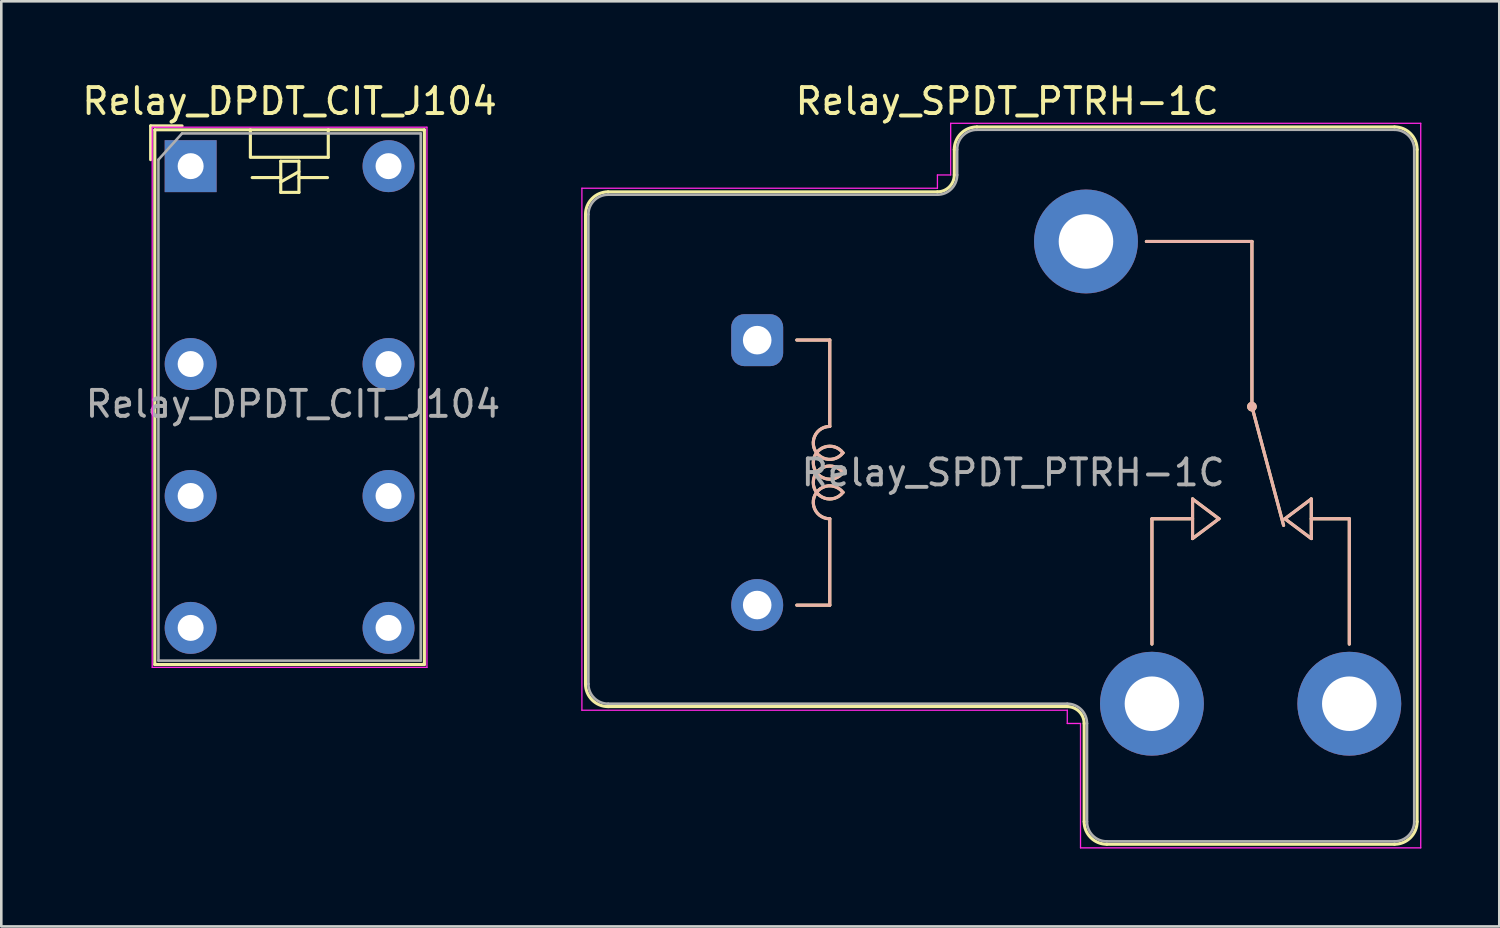
<source format=kicad_pcb>
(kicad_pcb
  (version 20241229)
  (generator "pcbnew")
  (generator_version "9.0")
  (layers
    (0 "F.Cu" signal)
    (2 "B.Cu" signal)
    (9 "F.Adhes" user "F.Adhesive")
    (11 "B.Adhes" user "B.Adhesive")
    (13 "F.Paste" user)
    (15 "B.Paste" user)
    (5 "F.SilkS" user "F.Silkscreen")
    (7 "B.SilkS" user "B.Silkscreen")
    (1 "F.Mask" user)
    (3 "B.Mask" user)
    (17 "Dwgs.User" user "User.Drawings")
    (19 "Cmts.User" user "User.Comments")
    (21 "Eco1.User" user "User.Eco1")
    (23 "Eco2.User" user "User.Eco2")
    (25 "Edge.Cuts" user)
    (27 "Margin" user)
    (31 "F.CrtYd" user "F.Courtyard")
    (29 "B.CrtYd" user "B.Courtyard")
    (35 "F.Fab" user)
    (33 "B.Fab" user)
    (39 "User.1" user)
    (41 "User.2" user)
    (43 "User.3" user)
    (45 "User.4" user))
  (footprint "Relay_SPDT_PTRH-1C"
    (layer "F.Cu")
    (at 23.567 15.148)
    (property "Reference" "Relay_SPDT_PTRH-1C" (at 12.167 -14.3 0) (layer "F.SilkS") (effects (font (size 1 1) (thickness 0.15))))
    (attr through_hole)
    (fp_line (start -4.07 -9.94) (end -4.07 8.14) (stroke (width 0.12) (type solid)) (layer "F.SilkS"))
    (fp_line (start -3.2 -10.81) (end 9.48 -10.81) (stroke (width 0.12) (type solid)) (layer "F.SilkS"))
    (fp_line (start -3.2 9.01) (end 14.48 9.01) (stroke (width 0.12) (type solid)) (layer "F.SilkS"))
    (fp_line (start 4.064 -5.105) (end 5.334 -5.105) (stroke (width 0.12) (type solid)) (layer "F.SilkS"))
    (fp_line (start 5.334 -1.778) (end 5.334 -5.105) (stroke (width 0.12) (type solid)) (layer "F.SilkS"))
    (fp_line (start 5.334 5.105) (end 4.064 5.105) (stroke (width 0.12) (type solid)) (layer "F.SilkS"))
    (fp_line (start 5.334 5.105) (end 5.334 1.778) (stroke (width 0.12) (type solid)) (layer "F.SilkS"))
    (fp_line (start 10.13 -12.44) (end 10.13 -11.46) (stroke (width 0.12) (type solid)) (layer "F.SilkS"))
    (fp_line (start 11 -13.31) (end 27.08 -13.31) (stroke (width 0.12) (type solid)) (layer "F.SilkS"))
    (fp_line (start 15.13 9.66) (end 15.13 13.44) (stroke (width 0.12) (type solid)) (layer "F.SilkS"))
    (fp_line (start 16 14.31) (end 27.08 14.31) (stroke (width 0.12) (type solid)) (layer "F.SilkS"))
    (fp_line (start 17.74 1.778) (end 19.304 1.778) (stroke (width 0.12) (type solid)) (layer "F.SilkS"))
    (fp_line (start 17.74 6.604) (end 17.74 1.778) (stroke (width 0.12) (type solid)) (layer "F.SilkS"))
    (fp_line (start 19.304 1.016) (end 19.304 2.54) (stroke (width 0.12) (type solid)) (layer "F.SilkS"))
    (fp_line (start 19.304 2.54) (end 20.32 1.778) (stroke (width 0.12) (type solid)) (layer "F.SilkS"))
    (fp_line (start 20.32 1.778) (end 19.304 1.016) (stroke (width 0.12) (type solid)) (layer "F.SilkS"))
    (fp_line (start 21.59 -8.9) (end 17.526 -8.9) (stroke (width 0.12) (type solid)) (layer "F.SilkS"))
    (fp_line (start 21.59 -2.54) (end 21.59 -8.9) (stroke (width 0.12) (type solid)) (layer "F.SilkS"))
    (fp_line (start 21.59 -2.54) (end 22.809 2.032) (stroke (width 0.12) (type solid)) (layer "F.SilkS"))
    (fp_line (start 22.86 1.778) (end 23.876 1.016) (stroke (width 0.12) (type solid)) (layer "F.SilkS"))
    (fp_line (start 23.876 1.778) (end 25.34 1.778) (stroke (width 0.12) (type solid)) (layer "F.SilkS"))
    (fp_line (start 23.876 2.54) (end 22.86 1.778) (stroke (width 0.12) (type solid)) (layer "F.SilkS"))
    (fp_line (start 23.876 2.54) (end 23.876 1.016) (stroke (width 0.12) (type solid)) (layer "F.SilkS"))
    (fp_line (start 25.34 1.778) (end 25.34 6.604) (stroke (width 0.12) (type solid)) (layer "F.SilkS"))
    (fp_line (start 27.95 -12.44) (end 27.95 13.44) (stroke (width 0.12) (type solid)) (layer "F.SilkS"))
    (fp_arc (start -4.07 -9.94) (mid -3.815183 -10.555183) (end -3.2 -10.81) (stroke (width 0.12) (type solid)) (layer "F.SilkS"))
    (fp_arc (start -3.2 9.01) (mid -3.815183 8.755183) (end -4.07 8.14) (stroke (width 0.12) (type solid)) (layer "F.SilkS"))
    (fp_arc (start 5.334002 1.777997) (mid 4.765966 0.859166) (end 5.841802 0.76173) (stroke (width 0.12) (type solid)) (layer "F.SilkS"))
    (fp_arc (start 5.8418 -0.761733) (mid 4.765964 -0.859168) (end 5.334 -1.778) (stroke (width 0.12) (type solid)) (layer "F.SilkS"))
    (fp_arc (start 5.842265 -0.000355) (mid 4.699002 -0.38078) (end 5.842 -0.762001) (stroke (width 0.12) (type solid)) (layer "F.SilkS"))
    (fp_arc (start 5.842266 0.761644) (mid 4.699003 0.381219) (end 5.842001 -0.000002) (stroke (width 0.12) (type solid)) (layer "F.SilkS"))
    (fp_arc (start 10.13 -12.44) (mid 10.384817 -13.055183) (end 11 -13.31) (stroke (width 0.12) (type solid)) (layer "F.SilkS"))
    (fp_arc (start 10.13 -11.46) (mid 9.939619 -11.000381) (end 9.48 -10.81) (stroke (width 0.12) (type solid)) (layer "F.SilkS"))
    (fp_arc (start 14.48 9.01) (mid 14.939619 9.200381) (end 15.13 9.66) (stroke (width 0.12) (type solid)) (layer "F.SilkS"))
    (fp_arc (start 16 14.31) (mid 15.384817 14.055183) (end 15.13 13.44) (stroke (width 0.12) (type solid)) (layer "F.SilkS"))
    (fp_arc (start 27.08 -13.31) (mid 27.695183 -13.055183) (end 27.95 -12.44) (stroke (width 0.12) (type solid)) (layer "F.SilkS"))
    (fp_arc (start 27.95 13.44) (mid 27.695183 14.055183) (end 27.08 14.31) (stroke (width 0.12) (type solid)) (layer "F.SilkS"))
    (fp_circle (center 21.59 -2.54) (end 21.59 -2.413) (stroke (width 0.12) (type solid)) (fill no) (layer "F.SilkS"))
    (fp_line (start 4.064 -5.105) (end 5.334 -5.105) (stroke (width 0.12) (type solid)) (layer "B.SilkS"))
    (fp_line (start 5.334 -1.778) (end 5.334 -5.105) (stroke (width 0.12) (type solid)) (layer "B.SilkS"))
    (fp_line (start 5.334 5.105) (end 4.064 5.105) (stroke (width 0.12) (type solid)) (layer "B.SilkS"))
    (fp_line (start 5.334 5.105) (end 5.334 1.778) (stroke (width 0.12) (type solid)) (layer "B.SilkS"))
    (fp_line (start 17.74 1.778) (end 19.304 1.778) (stroke (width 0.12) (type solid)) (layer "B.SilkS"))
    (fp_line (start 17.74 6.604) (end 17.74 1.778) (stroke (width 0.12) (type solid)) (layer "B.SilkS"))
    (fp_line (start 19.304 1.016) (end 19.304 2.54) (stroke (width 0.12) (type solid)) (layer "B.SilkS"))
    (fp_line (start 19.304 2.54) (end 20.32 1.778) (stroke (width 0.12) (type solid)) (layer "B.SilkS"))
    (fp_line (start 20.32 1.778) (end 19.304 1.016) (stroke (width 0.12) (type solid)) (layer "B.SilkS"))
    (fp_line (start 21.59 -8.9) (end 17.526 -8.9) (stroke (width 0.12) (type solid)) (layer "B.SilkS"))
    (fp_line (start 21.59 -2.54) (end 21.59 -8.9) (stroke (width 0.12) (type solid)) (layer "B.SilkS"))
    (fp_line (start 21.59 -2.54) (end 22.809 2.032) (stroke (width 0.12) (type solid)) (layer "B.SilkS"))
    (fp_line (start 22.86 1.778) (end 23.876 1.016) (stroke (width 0.12) (type solid)) (layer "B.SilkS"))
    (fp_line (start 23.876 1.778) (end 25.34 1.778) (stroke (width 0.12) (type solid)) (layer "B.SilkS"))
    (fp_line (start 23.876 2.54) (end 22.86 1.778) (stroke (width 0.12) (type solid)) (layer "B.SilkS"))
    (fp_line (start 23.876 2.54) (end 23.876 1.016) (stroke (width 0.12) (type solid)) (layer "B.SilkS"))
    (fp_line (start 25.34 1.778) (end 25.34 6.604) (stroke (width 0.12) (type solid)) (layer "B.SilkS"))
    (fp_arc (start 5.334002 1.777997) (mid 4.765966 0.859166) (end 5.841802 0.76173) (stroke (width 0.12) (type solid)) (layer "B.SilkS"))
    (fp_arc (start 5.8418 -0.761733) (mid 4.765964 -0.859168) (end 5.334 -1.778) (stroke (width 0.12) (type solid)) (layer "B.SilkS"))
    (fp_arc (start 5.842265 -0.000355) (mid 4.699002 -0.38078) (end 5.842 -0.762001) (stroke (width 0.12) (type solid)) (layer "B.SilkS"))
    (fp_arc (start 5.842266 0.761644) (mid 4.699003 0.381219) (end 5.842001 -0.000002) (stroke (width 0.12) (type solid)) (layer "B.SilkS"))
    (fp_circle (center 21.59 -2.54) (end 21.59 -2.413) (stroke (width 0.12) (type solid)) (fill no) (layer "B.SilkS"))
    (fp_line (start -4.21 -10.95) (end -4.21 9.15) (stroke (width 0.05) (type solid)) (layer "F.CrtYd"))
    (fp_line (start -4.21 -10.95) (end 9.48 -10.95) (stroke (width 0.05) (type solid)) (layer "F.CrtYd"))
    (fp_line (start -4.21 9.15) (end 14.48 9.15) (stroke (width 0.05) (type solid)) (layer "F.CrtYd"))
    (fp_line (start 9.48 -11.46) (end 9.48 -10.95) (stroke (width 0.05) (type solid)) (layer "F.CrtYd"))
    (fp_line (start 9.48 -11.46) (end 9.99 -11.46) (stroke (width 0.05) (type solid)) (layer "F.CrtYd"))
    (fp_line (start 9.99 -13.45) (end 9.99 -11.46) (stroke (width 0.05) (type solid)) (layer "F.CrtYd"))
    (fp_line (start 9.99 -13.45) (end 28.09 -13.45) (stroke (width 0.05) (type solid)) (layer "F.CrtYd"))
    (fp_line (start 14.48 9.15) (end 14.48 9.66) (stroke (width 0.05) (type solid)) (layer "F.CrtYd"))
    (fp_line (start 14.48 9.66) (end 14.99 9.66) (stroke (width 0.05) (type solid)) (layer "F.CrtYd"))
    (fp_line (start 14.99 9.66) (end 14.99 14.45) (stroke (width 0.05) (type solid)) (layer "F.CrtYd"))
    (fp_line (start 14.99 14.45) (end 28.09 14.45) (stroke (width 0.05) (type solid)) (layer "F.CrtYd"))
    (fp_line (start 28.09 -13.45) (end 28.09 14.45) (stroke (width 0.05) (type solid)) (layer "F.CrtYd"))
    (fp_line (start -3.96 -9.94) (end -3.96 8.14) (stroke (width 0.1) (type solid)) (layer "F.Fab"))
    (fp_line (start -3.2 -10.7) (end 9.48 -10.7) (stroke (width 0.1) (type solid)) (layer "F.Fab"))
    (fp_line (start -3.2 8.9) (end 14.48 8.9) (stroke (width 0.1) (type solid)) (layer "F.Fab"))
    (fp_line (start 10.24 -12.44) (end 10.24 -11.46) (stroke (width 0.1) (type solid)) (layer "F.Fab"))
    (fp_line (start 11 -13.2) (end 27.08 -13.2) (stroke (width 0.1) (type solid)) (layer "F.Fab"))
    (fp_line (start 15.24 9.66) (end 15.24 13.44) (stroke (width 0.1) (type solid)) (layer "F.Fab"))
    (fp_line (start 16 14.2) (end 27.08 14.2) (stroke (width 0.1) (type solid)) (layer "F.Fab"))
    (fp_line (start 27.84 -12.44) (end 27.84 13.44) (stroke (width 0.1) (type solid)) (layer "F.Fab"))
    (fp_arc (start -3.96 -9.94) (mid -3.737401 -10.477401) (end -3.2 -10.7) (stroke (width 0.1) (type solid)) (layer "F.Fab"))
    (fp_arc (start -3.2 8.9) (mid -3.737401 8.677401) (end -3.96 8.14) (stroke (width 0.1) (type solid)) (layer "F.Fab"))
    (fp_arc (start 10.24 -12.44) (mid 10.462599 -12.977401) (end 11 -13.2) (stroke (width 0.1) (type solid)) (layer "F.Fab"))
    (fp_arc (start 10.24 -11.46) (mid 10.017401 -10.922599) (end 9.48 -10.7) (stroke (width 0.1) (type solid)) (layer "F.Fab"))
    (fp_arc (start 14.48 8.9) (mid 15.017401 9.122599) (end 15.24 9.66) (stroke (width 0.1) (type solid)) (layer "F.Fab"))
    (fp_arc (start 16 14.2) (mid 15.462599 13.977401) (end 15.24 13.44) (stroke (width 0.1) (type solid)) (layer "F.Fab"))
    (fp_arc (start 27.08 -13.2) (mid 27.617401 -12.977401) (end 27.84 -12.44) (stroke (width 0.1) (type solid)) (layer "F.Fab"))
    (fp_arc (start 27.84 13.44) (mid 27.617401 13.977401) (end 27.08 14.2) (stroke (width 0.1) (type solid)) (layer "F.Fab"))
    (fp_text user "${REFERENCE}" (at 12.395 0 0) (layer "F.Fab") (effects (font (size 1 1) (thickness 0.15))))
    (pad "11" thru_hole circle (at 15.2 -8.9 180) (size 4 4) (drill 2.1) (layers "*.Cu" "*.Mask"))
    (pad "12" thru_hole circle (at 25.34 8.9 180) (size 4 4) (drill 2.1) (layers "*.Cu" "*.Mask"))
    (pad "14" thru_hole circle (at 17.74 8.9 180) (size 4 4) (drill 2.1) (layers "*.Cu" "*.Mask"))
    (pad "A1" thru_hole roundrect (at 2.54 -5.1 180) (size 2 2) (drill 1.1) (layers "*.Cu" "*.Mask") (roundrect_rratio 0.25))
    (pad "A2" thru_hole circle (at 2.54 5.1 180) (size 2 2) (drill 1.1) (layers "*.Cu" "*.Mask")))
  (footprint "Relay_DPDT_CIT_J104"
    (layer "F.Cu")
    (at 4.291 3.348)
    (property "Reference" "Relay_DPDT_CIT_J104" (at 3.81 -2.5 0) (layer "F.SilkS") (effects (font (size 1 1) (thickness 0.15))))
    (attr through_hole)
    (fp_line (start -1.54 -1.55) (end -0.33 -1.55) (stroke (width 0.12) (type solid)) (layer "F.SilkS"))
    (fp_line (start -1.54 -0.25) (end -1.54 -1.55) (stroke (width 0.12) (type solid)) (layer "F.SilkS"))
    (fp_line (start -1.38 -1.4) (end -1.38 19.19) (stroke (width 0.12) (type solid)) (layer "F.SilkS"))
    (fp_line (start -1.38 19.19) (end 9 19.19) (stroke (width 0.12) (type solid)) (layer "F.SilkS"))
    (fp_line (start 2.3 -1.4) (end 2.3 -0.36) (stroke (width 0.12) (type solid)) (layer "F.SilkS"))
    (fp_line (start 2.3 -0.34) (end 5.3 -0.34) (stroke (width 0.12) (type solid)) (layer "F.SilkS"))
    (fp_line (start 3.47 -0.19) (end 3.47 1.01) (stroke (width 0.12) (type solid)) (layer "F.SilkS"))
    (fp_line (start 3.47 0.44) (end 2.37 0.44) (stroke (width 0.12) (type solid)) (layer "F.SilkS"))
    (fp_line (start 3.47 0.61) (end 4.17 0.21) (stroke (width 0.12) (type solid)) (layer "F.SilkS"))
    (fp_line (start 3.47 1.01) (end 4.17 1.01) (stroke (width 0.12) (type solid)) (layer "F.SilkS"))
    (fp_line (start 4.17 -0.19) (end 3.47 -0.19) (stroke (width 0.12) (type solid)) (layer "F.SilkS"))
    (fp_line (start 4.17 0.44) (end 5.27 0.44) (stroke (width 0.12) (type solid)) (layer "F.SilkS"))
    (fp_line (start 4.17 1.01) (end 4.17 -0.19) (stroke (width 0.12) (type solid)) (layer "F.SilkS"))
    (fp_line (start 5.3 -0.34) (end 5.3 -1.4) (stroke (width 0.12) (type solid)) (layer "F.SilkS"))
    (fp_line (start 9 -1.4) (end -1.38 -1.4) (stroke (width 0.12) (type solid)) (layer "F.SilkS"))
    (fp_line (start 9 19.19) (end 9 -1.4) (stroke (width 0.12) (type solid)) (layer "F.SilkS"))
    (fp_line (start -1.48 -1.5) (end -1.48 19.3) (stroke (width 0.05) (type solid)) (layer "F.CrtYd"))
    (fp_line (start -1.48 -1.5) (end 9.1 -1.5) (stroke (width 0.05) (type solid)) (layer "F.CrtYd"))
    (fp_line (start 9.1 -1.5) (end 9.1 19.3) (stroke (width 0.05) (type solid)) (layer "F.CrtYd"))
    (fp_line (start 9.1 19.3) (end -1.48 19.3) (stroke (width 0.05) (type solid)) (layer "F.CrtYd"))
    (fp_line (start -1.24 -0.25) (end -1.24 19.04) (stroke (width 0.1) (type solid)) (layer "F.Fab"))
    (fp_line (start -1.24 -0.25) (end -0.33 -1.26) (stroke (width 0.1) (type solid)) (layer "F.Fab"))
    (fp_line (start -1.24 19.04) (end 8.86 19.04) (stroke (width 0.1) (type solid)) (layer "F.Fab"))
    (fp_line (start 8.86 -1.26) (end -0.33 -1.26) (stroke (width 0.1) (type solid)) (layer "F.Fab"))
    (fp_line (start 8.86 19.04) (end 8.86 -1.26) (stroke (width 0.1) (type solid)) (layer "F.Fab"))
    (fp_text user "${REFERENCE}" (at 3.94 9.16 0) (layer "F.Fab") (effects (font (size 1 1) (thickness 0.15))))
    (pad "1" thru_hole rect (at 0 0) (size 2 2) (drill 1) (layers "*.Cu" "*.Mask"))
    (pad "2" thru_hole circle (at 0 7.62) (size 2 2) (drill 1) (layers "*.Cu" "*.Mask"))
    (pad "3" thru_hole circle (at 0 12.7) (size 2 2) (drill 1) (layers "*.Cu" "*.Mask"))
    (pad "4" thru_hole circle (at 0 17.78) (size 2 2) (drill 1) (layers "*.Cu" "*.Mask"))
    (pad "5" thru_hole circle (at 7.62 17.78) (size 2 2) (drill 1) (layers "*.Cu" "*.Mask"))
    (pad "6" thru_hole circle (at 7.62 12.7) (size 2 2) (drill 1) (layers "*.Cu" "*.Mask"))
    (pad "7" thru_hole circle (at 7.62 7.62) (size 2 2) (drill 1) (layers "*.Cu" "*.Mask"))
    (pad "8" thru_hole circle (at 7.62 0) (size 2 2) (drill 1) (layers "*.Cu" "*.Mask")))
  (gr_rect
    (start -3 -3)
    (end 54.682 32.623)
    (stroke (width 0.1) (type default))
    (fill no)
    (layer "Edge.Cuts")))
</source>
